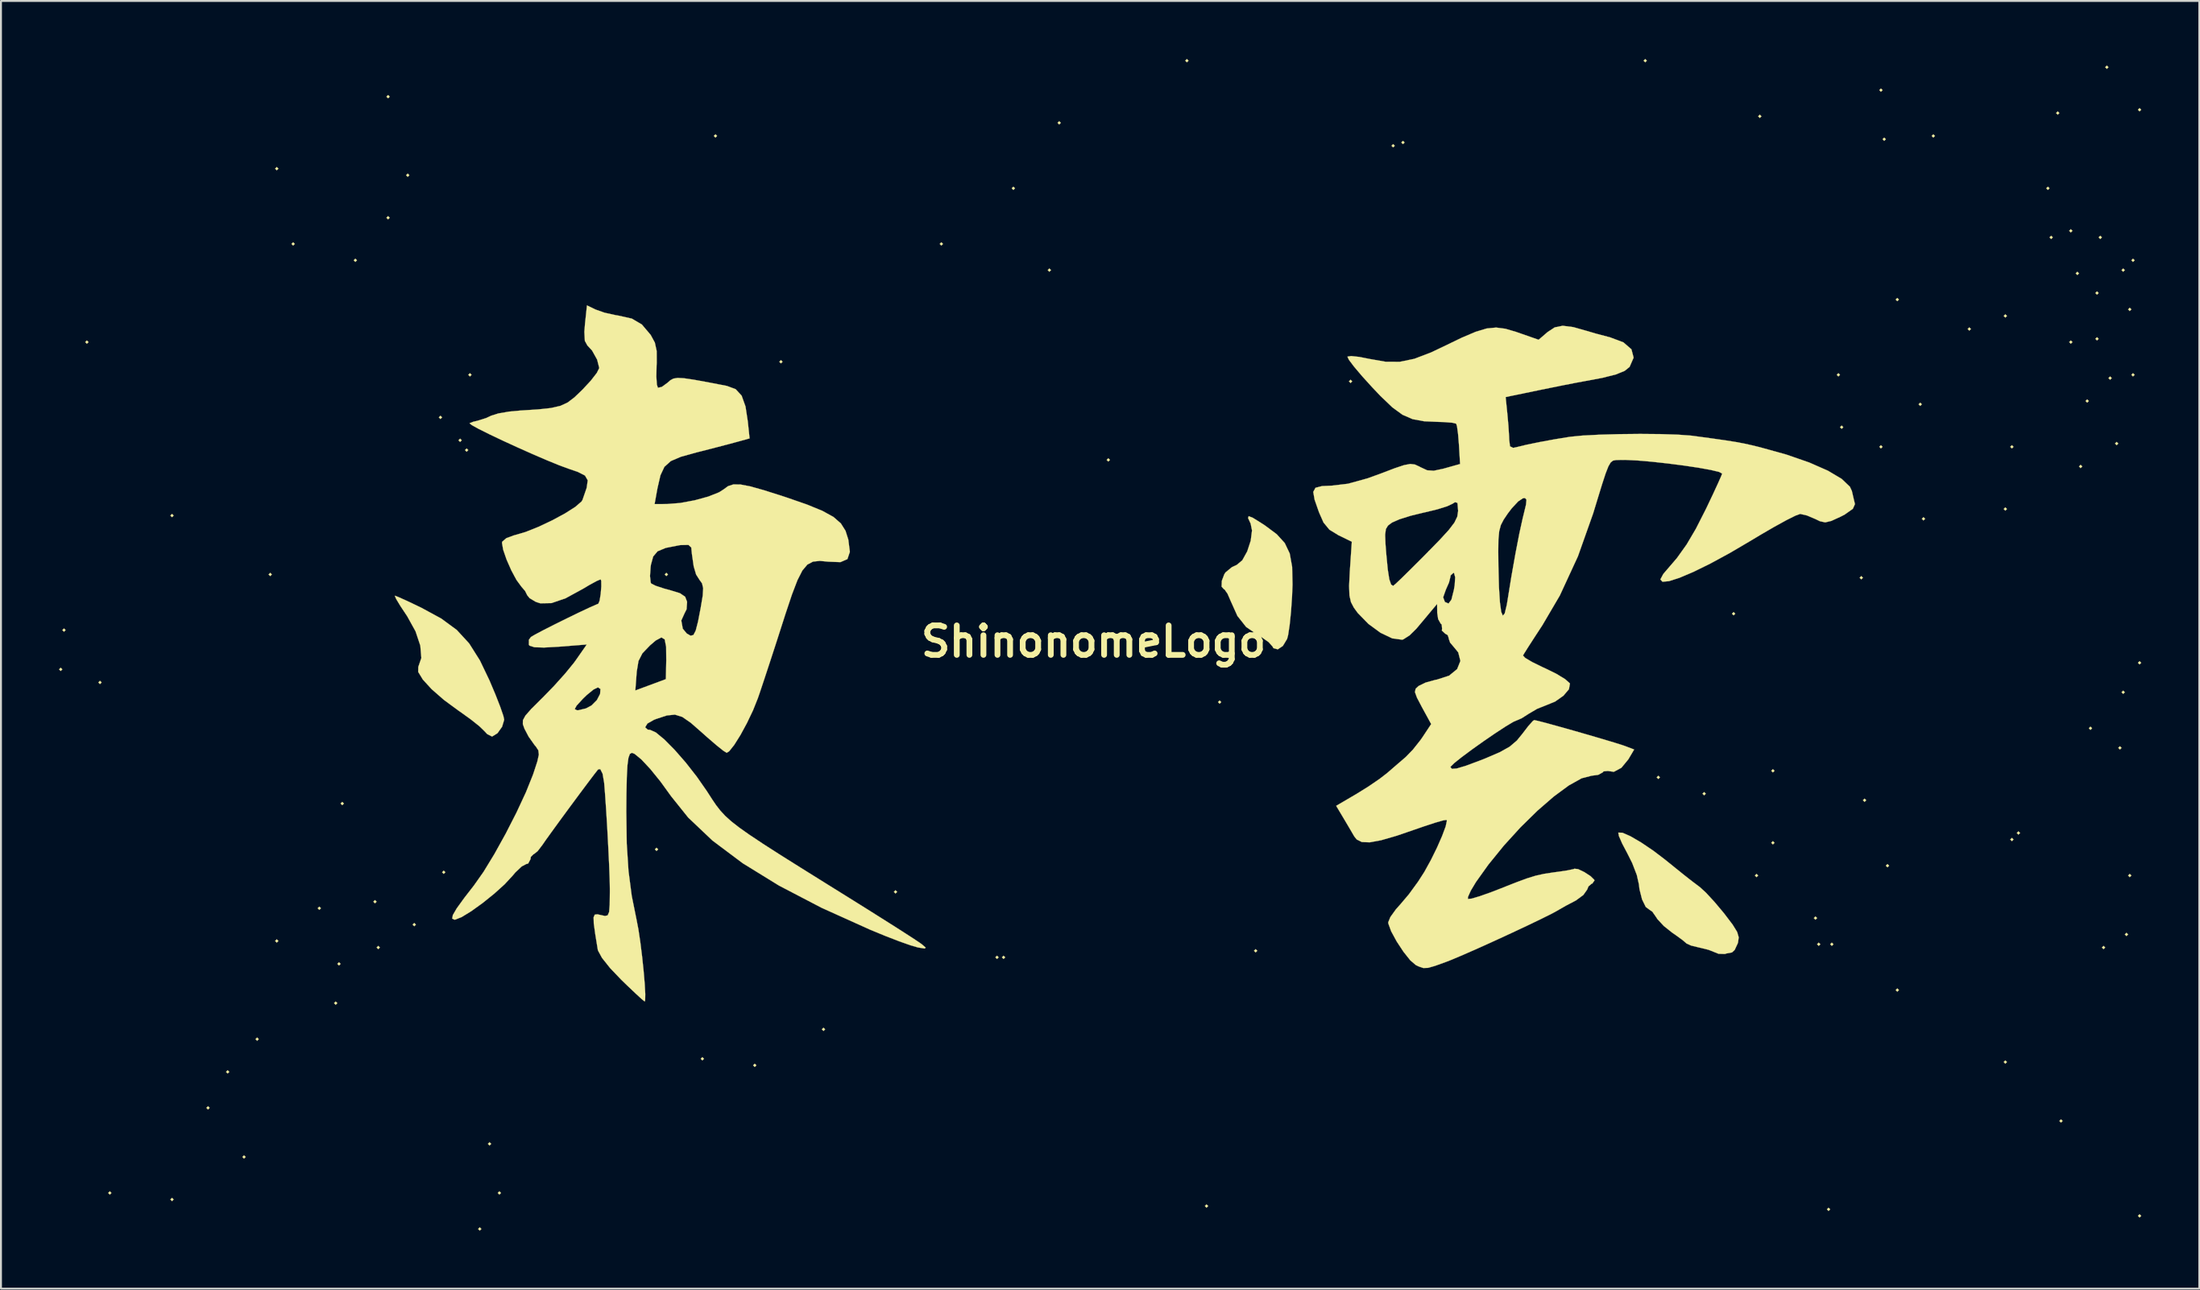
<source format=kicad_pcb>
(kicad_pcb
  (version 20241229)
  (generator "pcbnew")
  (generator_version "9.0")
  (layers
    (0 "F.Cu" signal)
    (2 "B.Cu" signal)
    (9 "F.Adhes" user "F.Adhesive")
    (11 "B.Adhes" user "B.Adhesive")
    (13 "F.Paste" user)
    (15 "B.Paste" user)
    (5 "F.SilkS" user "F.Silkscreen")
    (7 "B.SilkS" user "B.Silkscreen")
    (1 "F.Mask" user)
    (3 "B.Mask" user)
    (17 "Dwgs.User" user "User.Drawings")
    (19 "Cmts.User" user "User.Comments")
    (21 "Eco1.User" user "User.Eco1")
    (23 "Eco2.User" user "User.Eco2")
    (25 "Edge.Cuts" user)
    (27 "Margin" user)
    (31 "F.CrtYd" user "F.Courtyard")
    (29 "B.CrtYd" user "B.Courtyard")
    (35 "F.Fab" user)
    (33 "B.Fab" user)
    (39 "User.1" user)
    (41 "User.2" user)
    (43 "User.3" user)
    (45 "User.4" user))
  (footprint "ShinonomeLogo"
    (layer "F.Cu")
    (at 53.514 30.146)
    (property "Reference" "ShinonomeLogo" (at 0 0 0) (layer "F.SilkS") (effects (font (size 1.524 1.524) (thickness 0.3))))
    (attr through_hole)
    (fp_poly (pts (xy -53.34 1.439) (xy -53.425 1.524) (xy -53.509 1.439) (xy -53.425 1.355) (xy -53.34 1.439)) (stroke (width 0.01) (type solid)) (fill yes) (layer "F.SilkS"))
    (fp_poly (pts (xy -53.171 -0.593) (xy -53.255 -0.508) (xy -53.34 -0.593) (xy -53.255 -0.677) (xy -53.171 -0.593)) (stroke (width 0.01) (type solid)) (fill yes) (layer "F.SilkS"))
    (fp_poly (pts (xy -51.985 -15.494) (xy -52.07 -15.409) (xy -52.155 -15.494) (xy -52.07 -15.579) (xy -51.985 -15.494)) (stroke (width 0.01) (type solid)) (fill yes) (layer "F.SilkS"))
    (fp_poly (pts (xy -51.308 2.117) (xy -51.393 2.201) (xy -51.477 2.117) (xy -51.393 2.032) (xy -51.308 2.117)) (stroke (width 0.01) (type solid)) (fill yes) (layer "F.SilkS"))
    (fp_poly (pts (xy -50.8 28.533) (xy -50.885 28.617) (xy -50.969 28.533) (xy -50.885 28.448) (xy -50.8 28.533)) (stroke (width 0.01) (type solid)) (fill yes) (layer "F.SilkS"))
    (fp_poly (pts (xy -47.583 -6.519) (xy -47.667 -6.435) (xy -47.752 -6.519) (xy -47.667 -6.604) (xy -47.583 -6.519)) (stroke (width 0.01) (type solid)) (fill yes) (layer "F.SilkS"))
    (fp_poly (pts (xy -47.583 28.871) (xy -47.667 28.956) (xy -47.752 28.871) (xy -47.667 28.787) (xy -47.583 28.871)) (stroke (width 0.01) (type solid)) (fill yes) (layer "F.SilkS"))
    (fp_poly (pts (xy -45.72 24.13) (xy -45.805 24.215) (xy -45.889 24.13) (xy -45.805 24.045) (xy -45.72 24.13)) (stroke (width 0.01) (type solid)) (fill yes) (layer "F.SilkS"))
    (fp_poly (pts (xy -44.704 22.267) (xy -44.789 22.352) (xy -44.873 22.267) (xy -44.789 22.183) (xy -44.704 22.267)) (stroke (width 0.01) (type solid)) (fill yes) (layer "F.SilkS"))
    (fp_poly (pts (xy -43.857 26.67) (xy -43.942 26.755) (xy -44.027 26.67) (xy -43.942 26.585) (xy -43.857 26.67)) (stroke (width 0.01) (type solid)) (fill yes) (layer "F.SilkS"))
    (fp_poly (pts (xy -43.18 20.574) (xy -43.265 20.659) (xy -43.349 20.574) (xy -43.265 20.489) (xy -43.18 20.574)) (stroke (width 0.01) (type solid)) (fill yes) (layer "F.SilkS"))
    (fp_poly (pts (xy -42.503 -3.471) (xy -42.587 -3.387) (xy -42.672 -3.471) (xy -42.587 -3.556) (xy -42.503 -3.471)) (stroke (width 0.01) (type solid)) (fill yes) (layer "F.SilkS"))
    (fp_poly (pts (xy -42.164 -24.469) (xy -42.249 -24.384) (xy -42.333 -24.469) (xy -42.249 -24.553) (xy -42.164 -24.469)) (stroke (width 0.01) (type solid)) (fill yes) (layer "F.SilkS"))
    (fp_poly (pts (xy -42.164 15.494) (xy -42.249 15.579) (xy -42.333 15.494) (xy -42.249 15.409) (xy -42.164 15.494)) (stroke (width 0.01) (type solid)) (fill yes) (layer "F.SilkS"))
    (fp_poly (pts (xy -41.317 -20.574) (xy -41.402 -20.489) (xy -41.487 -20.574) (xy -41.402 -20.659) (xy -41.317 -20.574)) (stroke (width 0.01) (type solid)) (fill yes) (layer "F.SilkS"))
    (fp_poly (pts (xy -39.963 13.801) (xy -40.047 13.885) (xy -40.132 13.801) (xy -40.047 13.716) (xy -39.963 13.801)) (stroke (width 0.01) (type solid)) (fill yes) (layer "F.SilkS"))
    (fp_poly (pts (xy -39.116 18.711) (xy -39.201 18.796) (xy -39.285 18.711) (xy -39.201 18.627) (xy -39.116 18.711)) (stroke (width 0.01) (type solid)) (fill yes) (layer "F.SilkS"))
    (fp_poly (pts (xy -38.947 16.679) (xy -39.031 16.764) (xy -39.116 16.679) (xy -39.031 16.595) (xy -38.947 16.679)) (stroke (width 0.01) (type solid)) (fill yes) (layer "F.SilkS"))
    (fp_poly (pts (xy -38.777 8.382) (xy -38.862 8.467) (xy -38.947 8.382) (xy -38.862 8.297) (xy -38.777 8.382)) (stroke (width 0.01) (type solid)) (fill yes) (layer "F.SilkS"))
    (fp_poly (pts (xy -38.1 -19.727) (xy -38.185 -19.643) (xy -38.269 -19.727) (xy -38.185 -19.812) (xy -38.1 -19.727)) (stroke (width 0.01) (type solid)) (fill yes) (layer "F.SilkS"))
    (fp_poly (pts (xy -37.084 13.462) (xy -37.169 13.547) (xy -37.253 13.462) (xy -37.169 13.377) (xy -37.084 13.462)) (stroke (width 0.01) (type solid)) (fill yes) (layer "F.SilkS"))
    (fp_poly (pts (xy -36.915 15.833) (xy -36.999 15.917) (xy -37.084 15.833) (xy -36.999 15.748) (xy -36.915 15.833)) (stroke (width 0.01) (type solid)) (fill yes) (layer "F.SilkS"))
    (fp_poly (pts (xy -36.407 -28.194) (xy -36.491 -28.109) (xy -36.576 -28.194) (xy -36.491 -28.279) (xy -36.407 -28.194)) (stroke (width 0.01) (type solid)) (fill yes) (layer "F.SilkS"))
    (fp_poly (pts (xy -36.407 -21.929) (xy -36.491 -21.844) (xy -36.576 -21.929) (xy -36.491 -22.013) (xy -36.407 -21.929)) (stroke (width 0.01) (type solid)) (fill yes) (layer "F.SilkS"))
    (fp_poly (pts (xy -35.391 -24.13) (xy -35.475 -24.045) (xy -35.56 -24.13) (xy -35.475 -24.215) (xy -35.391 -24.13)) (stroke (width 0.01) (type solid)) (fill yes) (layer "F.SilkS"))
    (fp_poly (pts (xy -35.052 14.647) (xy -35.137 14.732) (xy -35.221 14.647) (xy -35.137 14.563) (xy -35.052 14.647)) (stroke (width 0.01) (type solid)) (fill yes) (layer "F.SilkS"))
    (fp_poly (pts (xy -33.697 -11.599) (xy -33.782 -11.515) (xy -33.867 -11.599) (xy -33.782 -11.684) (xy -33.697 -11.599)) (stroke (width 0.01) (type solid)) (fill yes) (layer "F.SilkS"))
    (fp_poly (pts (xy -33.528 11.938) (xy -33.613 12.023) (xy -33.697 11.938) (xy -33.613 11.853) (xy -33.528 11.938)) (stroke (width 0.01) (type solid)) (fill yes) (layer "F.SilkS"))
    (fp_poly (pts (xy -32.681 -10.414) (xy -32.766 -10.329) (xy -32.851 -10.414) (xy -32.766 -10.499) (xy -32.681 -10.414)) (stroke (width 0.01) (type solid)) (fill yes) (layer "F.SilkS"))
    (fp_poly (pts (xy -32.343 -9.906) (xy -32.427 -9.821) (xy -32.512 -9.906) (xy -32.427 -9.991) (xy -32.343 -9.906)) (stroke (width 0.01) (type solid)) (fill yes) (layer "F.SilkS"))
    (fp_poly (pts (xy -32.173 -13.801) (xy -32.258 -13.716) (xy -32.343 -13.801) (xy -32.258 -13.885) (xy -32.173 -13.801)) (stroke (width 0.01) (type solid)) (fill yes) (layer "F.SilkS"))
    (fp_poly (pts (xy -31.665 30.395) (xy -31.75 30.48) (xy -31.835 30.395) (xy -31.75 30.311) (xy -31.665 30.395)) (stroke (width 0.01) (type solid)) (fill yes) (layer "F.SilkS"))
    (fp_poly (pts (xy -31.157 25.993) (xy -31.242 26.077) (xy -31.327 25.993) (xy -31.242 25.908) (xy -31.157 25.993)) (stroke (width 0.01) (type solid)) (fill yes) (layer "F.SilkS"))
    (fp_poly (pts (xy -30.649 28.533) (xy -30.734 28.617) (xy -30.819 28.533) (xy -30.734 28.448) (xy -30.649 28.533)) (stroke (width 0.01) (type solid)) (fill yes) (layer "F.SilkS"))
    (fp_poly (pts (xy -22.521 10.753) (xy -22.606 10.837) (xy -22.691 10.753) (xy -22.606 10.668) (xy -22.521 10.753)) (stroke (width 0.01) (type solid)) (fill yes) (layer "F.SilkS"))
    (fp_poly (pts (xy -22.013 -3.471) (xy -22.098 -3.387) (xy -22.183 -3.471) (xy -22.098 -3.556) (xy -22.013 -3.471)) (stroke (width 0.01) (type solid)) (fill yes) (layer "F.SilkS"))
    (fp_poly (pts (xy -20.151 21.59) (xy -20.235 21.675) (xy -20.32 21.59) (xy -20.235 21.505) (xy -20.151 21.59)) (stroke (width 0.01) (type solid)) (fill yes) (layer "F.SilkS"))
    (fp_poly (pts (xy -19.473 -26.162) (xy -19.558 -26.077) (xy -19.643 -26.162) (xy -19.558 -26.247) (xy -19.473 -26.162)) (stroke (width 0.01) (type solid)) (fill yes) (layer "F.SilkS"))
    (fp_poly (pts (xy -17.441 21.929) (xy -17.526 22.013) (xy -17.611 21.929) (xy -17.526 21.844) (xy -17.441 21.929)) (stroke (width 0.01) (type solid)) (fill yes) (layer "F.SilkS"))
    (fp_poly (pts (xy -16.087 -14.478) (xy -16.171 -14.393) (xy -16.256 -14.478) (xy -16.171 -14.563) (xy -16.087 -14.478)) (stroke (width 0.01) (type solid)) (fill yes) (layer "F.SilkS"))
    (fp_poly (pts (xy -13.885 20.066) (xy -13.97 20.151) (xy -14.055 20.066) (xy -13.97 19.981) (xy -13.885 20.066)) (stroke (width 0.01) (type solid)) (fill yes) (layer "F.SilkS"))
    (fp_poly (pts (xy -10.16 12.954) (xy -10.245 13.039) (xy -10.329 12.954) (xy -10.245 12.869) (xy -10.16 12.954)) (stroke (width 0.01) (type solid)) (fill yes) (layer "F.SilkS"))
    (fp_poly (pts (xy -7.789 -20.574) (xy -7.874 -20.489) (xy -7.959 -20.574) (xy -7.874 -20.659) (xy -7.789 -20.574)) (stroke (width 0.01) (type solid)) (fill yes) (layer "F.SilkS"))
    (fp_poly (pts (xy -4.911 16.341) (xy -4.995 16.425) (xy -5.08 16.341) (xy -4.995 16.256) (xy -4.911 16.341)) (stroke (width 0.01) (type solid)) (fill yes) (layer "F.SilkS"))
    (fp_poly (pts (xy -4.572 16.341) (xy -4.657 16.425) (xy -4.741 16.341) (xy -4.657 16.256) (xy -4.572 16.341)) (stroke (width 0.01) (type solid)) (fill yes) (layer "F.SilkS"))
    (fp_poly (pts (xy -4.064 -23.453) (xy -4.149 -23.368) (xy -4.233 -23.453) (xy -4.149 -23.537) (xy -4.064 -23.453)) (stroke (width 0.01) (type solid)) (fill yes) (layer "F.SilkS"))
    (fp_poly (pts (xy -2.201 -19.219) (xy -2.286 -19.135) (xy -2.371 -19.219) (xy -2.286 -19.304) (xy -2.201 -19.219)) (stroke (width 0.01) (type solid)) (fill yes) (layer "F.SilkS"))
    (fp_poly (pts (xy -1.693 -26.839) (xy -1.778 -26.755) (xy -1.863 -26.839) (xy -1.778 -26.924) (xy -1.693 -26.839)) (stroke (width 0.01) (type solid)) (fill yes) (layer "F.SilkS"))
    (fp_poly (pts (xy 0.847 -9.398) (xy 0.762 -9.313) (xy 0.677 -9.398) (xy 0.762 -9.483) (xy 0.847 -9.398)) (stroke (width 0.01) (type solid)) (fill yes) (layer "F.SilkS"))
    (fp_poly (pts (xy 4.911 -30.057) (xy 4.826 -29.972) (xy 4.741 -30.057) (xy 4.826 -30.141) (xy 4.911 -30.057)) (stroke (width 0.01) (type solid)) (fill yes) (layer "F.SilkS"))
    (fp_poly (pts (xy 5.927 29.21) (xy 5.842 29.295) (xy 5.757 29.21) (xy 5.842 29.125) (xy 5.927 29.21)) (stroke (width 0.01) (type solid)) (fill yes) (layer "F.SilkS"))
    (fp_poly (pts (xy 6.604 3.133) (xy 6.519 3.217) (xy 6.435 3.133) (xy 6.519 3.048) (xy 6.604 3.133)) (stroke (width 0.01) (type solid)) (fill yes) (layer "F.SilkS"))
    (fp_poly (pts (xy 8.467 16.002) (xy 8.382 16.087) (xy 8.297 16.002) (xy 8.382 15.917) (xy 8.467 16.002)) (stroke (width 0.01) (type solid)) (fill yes) (layer "F.SilkS"))
    (fp_poly (pts (xy 13.377 -13.462) (xy 13.293 -13.377) (xy 13.208 -13.462) (xy 13.293 -13.547) (xy 13.377 -13.462)) (stroke (width 0.01) (type solid)) (fill yes) (layer "F.SilkS"))
    (fp_poly (pts (xy 15.579 -25.654) (xy 15.494 -25.569) (xy 15.409 -25.654) (xy 15.494 -25.739) (xy 15.579 -25.654)) (stroke (width 0.01) (type solid)) (fill yes) (layer "F.SilkS"))
    (fp_poly (pts (xy 16.087 -25.823) (xy 16.002 -25.739) (xy 15.917 -25.823) (xy 16.002 -25.908) (xy 16.087 -25.823)) (stroke (width 0.01) (type solid)) (fill yes) (layer "F.SilkS"))
    (fp_poly (pts (xy 28.617 -30.057) (xy 28.533 -29.972) (xy 28.448 -30.057) (xy 28.533 -30.141) (xy 28.617 -30.057)) (stroke (width 0.01) (type solid)) (fill yes) (layer "F.SilkS"))
    (fp_poly (pts (xy 29.295 7.027) (xy 29.21 7.112) (xy 29.125 7.027) (xy 29.21 6.943) (xy 29.295 7.027)) (stroke (width 0.01) (type solid)) (fill yes) (layer "F.SilkS"))
    (fp_poly (pts (xy 31.665 7.874) (xy 31.581 7.959) (xy 31.496 7.874) (xy 31.581 7.789) (xy 31.665 7.874)) (stroke (width 0.01) (type solid)) (fill yes) (layer "F.SilkS"))
    (fp_poly (pts (xy 33.189 -1.439) (xy 33.105 -1.355) (xy 33.02 -1.439) (xy 33.105 -1.524) (xy 33.189 -1.439)) (stroke (width 0.01) (type solid)) (fill yes) (layer "F.SilkS"))
    (fp_poly (pts (xy 34.375 12.107) (xy 34.29 12.192) (xy 34.205 12.107) (xy 34.29 12.023) (xy 34.375 12.107)) (stroke (width 0.01) (type solid)) (fill yes) (layer "F.SilkS"))
    (fp_poly (pts (xy 34.544 -27.178) (xy 34.459 -27.093) (xy 34.375 -27.178) (xy 34.459 -27.263) (xy 34.544 -27.178)) (stroke (width 0.01) (type solid)) (fill yes) (layer "F.SilkS"))
    (fp_poly (pts (xy 35.221 6.689) (xy 35.137 6.773) (xy 35.052 6.689) (xy 35.137 6.604) (xy 35.221 6.689)) (stroke (width 0.01) (type solid)) (fill yes) (layer "F.SilkS"))
    (fp_poly (pts (xy 35.221 10.414) (xy 35.137 10.499) (xy 35.052 10.414) (xy 35.137 10.329) (xy 35.221 10.414)) (stroke (width 0.01) (type solid)) (fill yes) (layer "F.SilkS"))
    (fp_poly (pts (xy 37.423 14.309) (xy 37.338 14.393) (xy 37.253 14.309) (xy 37.338 14.224) (xy 37.423 14.309)) (stroke (width 0.01) (type solid)) (fill yes) (layer "F.SilkS"))
    (fp_poly (pts (xy 37.592 15.663) (xy 37.507 15.748) (xy 37.423 15.663) (xy 37.507 15.579) (xy 37.592 15.663)) (stroke (width 0.01) (type solid)) (fill yes) (layer "F.SilkS"))
    (fp_poly (pts (xy 38.1 29.379) (xy 38.015 29.464) (xy 37.931 29.379) (xy 38.015 29.295) (xy 38.1 29.379)) (stroke (width 0.01) (type solid)) (fill yes) (layer "F.SilkS"))
    (fp_poly (pts (xy 38.269 15.663) (xy 38.185 15.748) (xy 38.1 15.663) (xy 38.185 15.579) (xy 38.269 15.663)) (stroke (width 0.01) (type solid)) (fill yes) (layer "F.SilkS"))
    (fp_poly (pts (xy 38.608 -13.801) (xy 38.523 -13.716) (xy 38.439 -13.801) (xy 38.523 -13.885) (xy 38.608 -13.801)) (stroke (width 0.01) (type solid)) (fill yes) (layer "F.SilkS"))
    (fp_poly (pts (xy 38.777 -11.091) (xy 38.693 -11.007) (xy 38.608 -11.091) (xy 38.693 -11.176) (xy 38.777 -11.091)) (stroke (width 0.01) (type solid)) (fill yes) (layer "F.SilkS"))
    (fp_poly (pts (xy 39.793 -3.302) (xy 39.709 -3.217) (xy 39.624 -3.302) (xy 39.709 -3.387) (xy 39.793 -3.302)) (stroke (width 0.01) (type solid)) (fill yes) (layer "F.SilkS"))
    (fp_poly (pts (xy 39.963 8.213) (xy 39.878 8.297) (xy 39.793 8.213) (xy 39.878 8.128) (xy 39.963 8.213)) (stroke (width 0.01) (type solid)) (fill yes) (layer "F.SilkS"))
    (fp_poly (pts (xy 40.809 -28.533) (xy 40.725 -28.448) (xy 40.64 -28.533) (xy 40.725 -28.617) (xy 40.809 -28.533)) (stroke (width 0.01) (type solid)) (fill yes) (layer "F.SilkS"))
    (fp_poly (pts (xy 40.809 -10.075) (xy 40.725 -9.991) (xy 40.64 -10.075) (xy 40.725 -10.16) (xy 40.809 -10.075)) (stroke (width 0.01) (type solid)) (fill yes) (layer "F.SilkS"))
    (fp_poly (pts (xy 40.979 -25.993) (xy 40.894 -25.908) (xy 40.809 -25.993) (xy 40.894 -26.077) (xy 40.979 -25.993)) (stroke (width 0.01) (type solid)) (fill yes) (layer "F.SilkS"))
    (fp_poly (pts (xy 41.148 11.599) (xy 41.063 11.684) (xy 40.979 11.599) (xy 41.063 11.515) (xy 41.148 11.599)) (stroke (width 0.01) (type solid)) (fill yes) (layer "F.SilkS"))
    (fp_poly (pts (xy 41.656 -17.695) (xy 41.571 -17.611) (xy 41.487 -17.695) (xy 41.571 -17.78) (xy 41.656 -17.695)) (stroke (width 0.01) (type solid)) (fill yes) (layer "F.SilkS"))
    (fp_poly (pts (xy 41.656 18.034) (xy 41.571 18.119) (xy 41.487 18.034) (xy 41.571 17.949) (xy 41.656 18.034)) (stroke (width 0.01) (type solid)) (fill yes) (layer "F.SilkS"))
    (fp_poly (pts (xy 42.841 -12.277) (xy 42.757 -12.192) (xy 42.672 -12.277) (xy 42.757 -12.361) (xy 42.841 -12.277)) (stroke (width 0.01) (type solid)) (fill yes) (layer "F.SilkS"))
    (fp_poly (pts (xy 43.011 -6.35) (xy 42.926 -6.265) (xy 42.841 -6.35) (xy 42.926 -6.435) (xy 43.011 -6.35)) (stroke (width 0.01) (type solid)) (fill yes) (layer "F.SilkS"))
    (fp_poly (pts (xy 43.519 -26.162) (xy 43.434 -26.077) (xy 43.349 -26.162) (xy 43.434 -26.247) (xy 43.519 -26.162)) (stroke (width 0.01) (type solid)) (fill yes) (layer "F.SilkS"))
    (fp_poly (pts (xy 45.381 -16.171) (xy 45.297 -16.087) (xy 45.212 -16.171) (xy 45.297 -16.256) (xy 45.381 -16.171)) (stroke (width 0.01) (type solid)) (fill yes) (layer "F.SilkS"))
    (fp_poly (pts (xy 47.244 -16.849) (xy 47.159 -16.764) (xy 47.075 -16.849) (xy 47.159 -16.933) (xy 47.244 -16.849)) (stroke (width 0.01) (type solid)) (fill yes) (layer "F.SilkS"))
    (fp_poly (pts (xy 47.244 -6.858) (xy 47.159 -6.773) (xy 47.075 -6.858) (xy 47.159 -6.943) (xy 47.244 -6.858)) (stroke (width 0.01) (type solid)) (fill yes) (layer "F.SilkS"))
    (fp_poly (pts (xy 47.244 21.759) (xy 47.159 21.844) (xy 47.075 21.759) (xy 47.159 21.675) (xy 47.244 21.759)) (stroke (width 0.01) (type solid)) (fill yes) (layer "F.SilkS"))
    (fp_poly (pts (xy 47.583 -10.075) (xy 47.498 -9.991) (xy 47.413 -10.075) (xy 47.498 -10.16) (xy 47.583 -10.075)) (stroke (width 0.01) (type solid)) (fill yes) (layer "F.SilkS"))
    (fp_poly (pts (xy 47.583 10.245) (xy 47.498 10.329) (xy 47.413 10.245) (xy 47.498 10.16) (xy 47.583 10.245)) (stroke (width 0.01) (type solid)) (fill yes) (layer "F.SilkS"))
    (fp_poly (pts (xy 47.921 9.906) (xy 47.837 9.991) (xy 47.752 9.906) (xy 47.837 9.821) (xy 47.921 9.906)) (stroke (width 0.01) (type solid)) (fill yes) (layer "F.SilkS"))
    (fp_poly (pts (xy 49.445 -23.453) (xy 49.361 -23.368) (xy 49.276 -23.453) (xy 49.361 -23.537) (xy 49.445 -23.453)) (stroke (width 0.01) (type solid)) (fill yes) (layer "F.SilkS"))
    (fp_poly (pts (xy 49.615 -20.913) (xy 49.53 -20.828) (xy 49.445 -20.913) (xy 49.53 -20.997) (xy 49.615 -20.913)) (stroke (width 0.01) (type solid)) (fill yes) (layer "F.SilkS"))
    (fp_poly (pts (xy 49.953 -27.347) (xy 49.869 -27.263) (xy 49.784 -27.347) (xy 49.869 -27.432) (xy 49.953 -27.347)) (stroke (width 0.01) (type solid)) (fill yes) (layer "F.SilkS"))
    (fp_poly (pts (xy 50.123 24.807) (xy 50.038 24.892) (xy 49.953 24.807) (xy 50.038 24.723) (xy 50.123 24.807)) (stroke (width 0.01) (type solid)) (fill yes) (layer "F.SilkS"))
    (fp_poly (pts (xy 50.631 -21.251) (xy 50.546 -21.167) (xy 50.461 -21.251) (xy 50.546 -21.336) (xy 50.631 -21.251)) (stroke (width 0.01) (type solid)) (fill yes) (layer "F.SilkS"))
    (fp_poly (pts (xy 50.631 -15.494) (xy 50.546 -15.409) (xy 50.461 -15.494) (xy 50.546 -15.579) (xy 50.631 -15.494)) (stroke (width 0.01) (type solid)) (fill yes) (layer "F.SilkS"))
    (fp_poly (pts (xy 50.969 -19.05) (xy 50.885 -18.965) (xy 50.8 -19.05) (xy 50.885 -19.135) (xy 50.969 -19.05)) (stroke (width 0.01) (type solid)) (fill yes) (layer "F.SilkS"))
    (fp_poly (pts (xy 51.139 -9.059) (xy 51.054 -8.975) (xy 50.969 -9.059) (xy 51.054 -9.144) (xy 51.139 -9.059)) (stroke (width 0.01) (type solid)) (fill yes) (layer "F.SilkS"))
    (fp_poly (pts (xy 51.477 -12.446) (xy 51.393 -12.361) (xy 51.308 -12.446) (xy 51.393 -12.531) (xy 51.477 -12.446)) (stroke (width 0.01) (type solid)) (fill yes) (layer "F.SilkS"))
    (fp_poly (pts (xy 51.647 4.487) (xy 51.562 4.572) (xy 51.477 4.487) (xy 51.562 4.403) (xy 51.647 4.487)) (stroke (width 0.01) (type solid)) (fill yes) (layer "F.SilkS"))
    (fp_poly (pts (xy 51.985 -18.034) (xy 51.901 -17.949) (xy 51.816 -18.034) (xy 51.901 -18.119) (xy 51.985 -18.034)) (stroke (width 0.01) (type solid)) (fill yes) (layer "F.SilkS"))
    (fp_poly (pts (xy 51.985 -15.663) (xy 51.901 -15.579) (xy 51.816 -15.663) (xy 51.901 -15.748) (xy 51.985 -15.663)) (stroke (width 0.01) (type solid)) (fill yes) (layer "F.SilkS"))
    (fp_poly (pts (xy 52.155 -20.913) (xy 52.07 -20.828) (xy 51.985 -20.913) (xy 52.07 -20.997) (xy 52.155 -20.913)) (stroke (width 0.01) (type solid)) (fill yes) (layer "F.SilkS"))
    (fp_poly (pts (xy 52.324 15.833) (xy 52.239 15.917) (xy 52.155 15.833) (xy 52.239 15.748) (xy 52.324 15.833)) (stroke (width 0.01) (type solid)) (fill yes) (layer "F.SilkS"))
    (fp_poly (pts (xy 52.493 -29.718) (xy 52.409 -29.633) (xy 52.324 -29.718) (xy 52.409 -29.803) (xy 52.493 -29.718)) (stroke (width 0.01) (type solid)) (fill yes) (layer "F.SilkS"))
    (fp_poly (pts (xy 52.663 -13.631) (xy 52.578 -13.547) (xy 52.493 -13.631) (xy 52.578 -13.716) (xy 52.663 -13.631)) (stroke (width 0.01) (type solid)) (fill yes) (layer "F.SilkS"))
    (fp_poly (pts (xy 53.001 -10.245) (xy 52.917 -10.16) (xy 52.832 -10.245) (xy 52.917 -10.329) (xy 53.001 -10.245)) (stroke (width 0.01) (type solid)) (fill yes) (layer "F.SilkS"))
    (fp_poly (pts (xy 53.171 5.503) (xy 53.086 5.588) (xy 53.001 5.503) (xy 53.086 5.419) (xy 53.171 5.503)) (stroke (width 0.01) (type solid)) (fill yes) (layer "F.SilkS"))
    (fp_poly (pts (xy 53.34 -19.219) (xy 53.255 -19.135) (xy 53.171 -19.219) (xy 53.255 -19.304) (xy 53.34 -19.219)) (stroke (width 0.01) (type solid)) (fill yes) (layer "F.SilkS"))
    (fp_poly (pts (xy 53.34 2.625) (xy 53.255 2.709) (xy 53.171 2.625) (xy 53.255 2.54) (xy 53.34 2.625)) (stroke (width 0.01) (type solid)) (fill yes) (layer "F.SilkS"))
    (fp_poly (pts (xy 53.509 15.155) (xy 53.425 15.24) (xy 53.34 15.155) (xy 53.425 15.071) (xy 53.509 15.155)) (stroke (width 0.01) (type solid)) (fill yes) (layer "F.SilkS"))
    (fp_poly (pts (xy 53.679 -17.187) (xy 53.594 -17.103) (xy 53.509 -17.187) (xy 53.594 -17.272) (xy 53.679 -17.187)) (stroke (width 0.01) (type solid)) (fill yes) (layer "F.SilkS"))
    (fp_poly (pts (xy 53.679 12.107) (xy 53.594 12.192) (xy 53.509 12.107) (xy 53.594 12.023) (xy 53.679 12.107)) (stroke (width 0.01) (type solid)) (fill yes) (layer "F.SilkS"))
    (fp_poly (pts (xy 53.848 -19.727) (xy 53.763 -19.643) (xy 53.679 -19.727) (xy 53.763 -19.812) (xy 53.848 -19.727)) (stroke (width 0.01) (type solid)) (fill yes) (layer "F.SilkS"))
    (fp_poly (pts (xy 53.848 -13.801) (xy 53.763 -13.716) (xy 53.679 -13.801) (xy 53.763 -13.885) (xy 53.848 -13.801)) (stroke (width 0.01) (type solid)) (fill yes) (layer "F.SilkS"))
    (fp_poly (pts (xy 54.187 -27.517) (xy 54.102 -27.432) (xy 54.017 -27.517) (xy 54.102 -27.601) (xy 54.187 -27.517)) (stroke (width 0.01) (type solid)) (fill yes) (layer "F.SilkS"))
    (fp_poly (pts (xy 54.187 1.101) (xy 54.102 1.185) (xy 54.017 1.101) (xy 54.102 1.016) (xy 54.187 1.101)) (stroke (width 0.01) (type solid)) (fill yes) (layer "F.SilkS"))
    (fp_poly (pts (xy 54.187 29.718) (xy 54.102 29.803) (xy 54.017 29.718) (xy 54.102 29.633) (xy 54.187 29.718)) (stroke (width 0.01) (type solid)) (fill yes) (layer "F.SilkS"))
    (fp_poly (pts (xy -35.955 -2.301) (xy -35.544 -2.117) (xy -34.984 -1.851) (xy -34.772 -1.749) (xy -33.739 -1.188) (xy -32.939 -0.599) (xy -32.298 0.097) (xy -31.742 0.978) (xy -31.247 2.012) (xy -30.939 2.741) (xy -30.691 3.375) (xy -30.531 3.839) (xy -30.485 4.044) (xy -30.593 4.407) (xy -30.832 4.743) (xy -31.099 4.909) (xy -31.124 4.911) (xy -31.363 4.789) (xy -31.529 4.614) (xy -31.772 4.379) (xy -32.211 4.03) (xy -32.759 3.635) (xy -32.851 3.573) (xy -33.61 3.014) (xy -34.236 2.466) (xy -34.69 1.971) (xy -34.933 1.572) (xy -34.928 1.312) (xy -34.77 0.851) (xy -34.823 0.213) (xy -35.071 -0.53) (xy -35.499 -1.304) (xy -35.536 -1.36) (xy -35.86 -1.849) (xy -36.076 -2.208) (xy -36.143 -2.368) (xy -36.139 -2.371) (xy -35.955 -2.301)) (stroke (width 0.01) (type solid)) (fill yes) (layer "F.SilkS"))
    (fp_poly (pts (xy 8.241 -6.4) (xy 8.692 -6.119) (xy 8.869 -6.003) (xy 9.472 -5.554) (xy 9.889 -5.095) (xy 10.145 -4.556) (xy 10.27 -3.864) (xy 10.289 -2.95) (xy 10.266 -2.344) (xy 10.212 -1.556) (xy 10.141 -0.855) (xy 10.062 -0.336) (xy 10.011 -0.139) (xy 9.79 0.228) (xy 9.526 0.404) (xy 9.305 0.343) (xy 9.251 0.251) (xy 9.053 0.029) (xy 8.669 -0.24) (xy 8.517 -0.325) (xy 7.891 -0.754) (xy 7.44 -1.324) (xy 7.103 -2.074) (xy 6.928 -2.475) (xy 6.773 -2.695) (xy 6.739 -2.709) (xy 6.622 -2.84) (xy 6.634 -3.144) (xy 6.763 -3.485) (xy 6.822 -3.574) (xy 7.15 -3.846) (xy 7.405 -3.965) (xy 7.693 -4.206) (xy 7.947 -4.665) (xy 8.128 -5.219) (xy 8.195 -5.749) (xy 8.124 -6.103) (xy 7.992 -6.387) (xy 8.02 -6.487) (xy 8.241 -6.4)) (stroke (width 0.01) (type solid)) (fill yes) (layer "F.SilkS"))
    (fp_poly (pts (xy 27.356 9.894) (xy 27.772 10.077) (xy 28.327 10.401) (xy 28.96 10.829) (xy 29.561 11.287) (xy 30.132 11.749) (xy 30.516 12.058) (xy 30.791 12.275) (xy 31.032 12.461) (xy 31.318 12.676) (xy 31.354 12.702) (xy 31.678 13) (xy 32.116 13.474) (xy 32.58 14.027) (xy 32.637 14.099) (xy 33.056 14.651) (xy 33.288 15.027) (xy 33.369 15.305) (xy 33.334 15.565) (xy 33.316 15.623) (xy 33.161 15.956) (xy 33.02 16.087) (xy 32.742 16.138) (xy 32.653 16.167) (xy 32.324 16.157) (xy 32.159 16.09) (xy 31.809 15.951) (xy 31.333 15.834) (xy 31.317 15.831) (xy 30.905 15.731) (xy 30.664 15.621) (xy 30.654 15.61) (xy 30.469 15.45) (xy 30.107 15.187) (xy 29.936 15.07) (xy 29.496 14.721) (xy 29.163 14.361) (xy 29.103 14.268) (xy 28.902 13.979) (xy 28.764 13.885) (xy 28.56 13.733) (xy 28.37 13.344) (xy 28.237 12.818) (xy 28.206 12.559) (xy 28.098 12.079) (xy 27.861 11.464) (xy 27.607 10.957) (xy 27.339 10.448) (xy 27.172 10.063) (xy 27.141 9.886) (xy 27.356 9.894)) (stroke (width 0.01) (type solid)) (fill yes) (layer "F.SilkS"))
    (fp_poly (pts (xy -25.76 -17.179) (xy -25.297 -17.016) (xy -24.72 -16.888) (xy -24.603 -16.87) (xy -23.884 -16.71) (xy -23.366 -16.406) (xy -22.919 -15.879) (xy -22.902 -15.854) (xy -22.693 -15.469) (xy -22.599 -15.038) (xy -22.596 -14.43) (xy -22.604 -14.268) (xy -22.616 -13.705) (xy -22.588 -13.292) (xy -22.534 -13.131) (xy -22.332 -13.176) (xy -22.039 -13.39) (xy -21.888 -13.522) (xy -21.732 -13.606) (xy -21.515 -13.641) (xy -21.182 -13.623) (xy -20.68 -13.549) (xy -19.954 -13.417) (xy -18.965 -13.226) (xy -18.513 -13.058) (xy -18.204 -12.723) (xy -18.004 -12.164) (xy -17.886 -11.394) (xy -17.793 -10.511) (xy -18.422 -10.337) (xy -18.875 -10.215) (xy -19.538 -10.042) (xy -20.292 -9.848) (xy -20.557 -9.781) (xy -21.344 -9.562) (xy -21.867 -9.339) (xy -22.198 -9.042) (xy -22.404 -8.602) (xy -22.555 -7.948) (xy -22.592 -7.747) (xy -22.706 -7.112) (xy -22.063 -7.115) (xy -21.383 -7.169) (xy -20.633 -7.308) (xy -19.925 -7.502) (xy -19.368 -7.724) (xy -19.134 -7.874) (xy -18.904 -8.042) (xy -18.634 -8.129) (xy -18.271 -8.127) (xy -17.759 -8.029) (xy -17.046 -7.829) (xy -16.076 -7.52) (xy -15.917 -7.468) (xy -14.829 -7.091) (xy -14.024 -6.761) (xy -13.454 -6.446) (xy -13.072 -6.113) (xy -12.831 -5.731) (xy -12.686 -5.273) (xy -12.606 -4.642) (xy -12.732 -4.266) (xy -13.096 -4.108) (xy -13.712 -4.132) (xy -14.157 -4.173) (xy -14.511 -4.136) (xy -14.804 -3.983) (xy -15.063 -3.675) (xy -15.319 -3.172) (xy -15.6 -2.437) (xy -15.937 -1.43) (xy -16.082 -0.977) (xy -16.408 0.037) (xy -16.733 1.036) (xy -17.028 1.932) (xy -17.264 2.64) (xy -17.363 2.927) (xy -17.613 3.554) (xy -17.929 4.216) (xy -18.267 4.839) (xy -18.588 5.35) (xy -18.848 5.677) (xy -18.977 5.757) (xy -19.149 5.651) (xy -19.506 5.365) (xy -19.986 4.952) (xy -20.24 4.725) (xy -20.831 4.207) (xy -21.272 3.901) (xy -21.654 3.782) (xy -22.071 3.824) (xy -22.614 4.002) (xy -22.733 4.047) (xy -23.075 4.241) (xy -23.195 4.437) (xy -23.063 4.559) (xy -22.937 4.572) (xy -22.642 4.704) (xy -22.205 5.064) (xy -21.674 5.6) (xy -21.097 6.26) (xy -20.523 6.993) (xy -19.999 7.746) (xy -19.972 7.789) (xy -19.737 8.153) (xy -19.525 8.466) (xy -19.306 8.748) (xy -19.053 9.022) (xy -18.735 9.309) (xy -18.324 9.629) (xy -17.792 10.005) (xy -17.11 10.459) (xy -16.25 11.011) (xy -15.181 11.683) (xy -13.876 12.498) (xy -12.7 13.23) (xy -11.711 13.848) (xy -10.803 14.42) (xy -10.02 14.917) (xy -9.408 15.311) (xy -9.011 15.574) (xy -8.89 15.66) (xy -8.684 15.838) (xy -8.733 15.885) (xy -9.074 15.831) (xy -9.093 15.827) (xy -9.461 15.721) (xy -10.055 15.511) (xy -10.791 15.226) (xy -11.549 14.914) (xy -14.076 13.773) (xy -16.273 12.627) (xy -18.148 11.471) (xy -19.71 10.3) (xy -20.967 9.108) (xy -21.85 8.006) (xy -22.401 7.244) (xy -22.93 6.592) (xy -23.392 6.098) (xy -23.744 5.81) (xy -23.887 5.757) (xy -23.986 5.816) (xy -24.059 6.017) (xy -24.111 6.403) (xy -24.144 7.014) (xy -24.163 7.89) (xy -24.17 8.805) (xy -24.147 10.455) (xy -24.056 11.872) (xy -23.889 13.158) (xy -23.64 14.393) (xy -23.543 14.896) (xy -23.445 15.553) (xy -23.353 16.292) (xy -23.275 17.037) (xy -23.217 17.714) (xy -23.188 18.249) (xy -23.195 18.567) (xy -23.219 18.624) (xy -23.36 18.512) (xy -23.685 18.214) (xy -24.139 17.783) (xy -24.427 17.504) (xy -25.01 16.893) (xy -25.427 16.368) (xy -25.634 15.987) (xy -25.645 15.941) (xy -25.778 15.122) (xy -25.852 14.583) (xy -25.861 14.271) (xy -25.801 14.133) (xy -25.668 14.114) (xy -25.494 14.152) (xy -25.27 14.201) (xy -25.132 14.168) (xy -25.058 13.993) (xy -25.028 13.616) (xy -25.02 12.975) (xy -25.02 12.785) (xy -25.029 12.284) (xy -25.058 11.535) (xy -25.102 10.628) (xy -25.154 9.654) (xy -25.212 8.702) (xy -25.27 7.862) (xy -25.314 7.313) (xy -25.395 6.841) (xy -25.516 6.6) (xy -25.629 6.618) (xy -25.823 6.865) (xy -26.166 7.318) (xy -26.606 7.908) (xy -27.094 8.567) (xy -27.579 9.227) (xy -28.01 9.82) (xy -28.338 10.276) (xy -28.506 10.52) (xy -28.758 10.849) (xy -28.957 11.005) (xy -28.972 11.007) (xy -29.108 11.144) (xy -29.125 11.261) (xy -29.245 11.486) (xy -29.349 11.515) (xy -29.581 11.638) (xy -29.909 11.949) (xy -30.062 12.129) (xy -30.464 12.562) (xy -31.001 13.047) (xy -31.6 13.529) (xy -32.186 13.951) (xy -32.685 14.257) (xy -33.025 14.391) (xy -33.053 14.393) (xy -33.174 14.339) (xy -33.142 14.154) (xy -32.94 13.806) (xy -32.548 13.264) (xy -32.045 12.615) (xy -31.553 11.916) (xy -30.989 10.991) (xy -30.404 9.935) (xy -29.844 8.839) (xy -29.359 7.795) (xy -28.998 6.896) (xy -28.957 6.775) (xy -28.77 6.202) (xy -28.692 5.852) (xy -28.719 5.628) (xy -28.848 5.432) (xy -28.915 5.355) (xy -29.222 4.92) (xy -29.437 4.51) (xy -29.521 4.274) (xy -29.516 4.068) (xy -29.385 3.829) (xy -29.09 3.494) (xy -26.838 3.494) (xy -26.732 3.553) (xy -26.656 3.556) (xy -26.257 3.461) (xy -25.967 3.307) (xy -25.691 3.029) (xy -25.525 2.71) (xy -25.511 2.533) (xy -23.703 2.533) (xy -22.123 1.946) (xy -22.102 0.97) (xy -22.109 0.273) (xy -22.184 -0.112) (xy -22.354 -0.213) (xy -22.648 -0.054) (xy -22.941 0.197) (xy -23.336 0.608) (xy -23.539 1.006) (xy -23.629 1.552) (xy -23.637 1.653) (xy -23.703 2.533) (xy -25.511 2.533) (xy -25.506 2.457) (xy -25.637 2.371) (xy -25.867 2.484) (xy -26.219 2.772) (xy -26.416 2.963) (xy -26.74 3.316) (xy -26.838 3.494) (xy -29.09 3.494) (xy -29.089 3.493) (xy -28.592 2.997) (xy -28.495 2.902) (xy -27.905 2.295) (xy -27.336 1.661) (xy -26.886 1.11) (xy -26.781 0.966) (xy -26.214 0.153) (xy -27.647 0.266) (xy -28.425 0.31) (xy -28.916 0.295) (xy -29.168 0.216) (xy -29.208 0.173) (xy -29.207 -0.094) (xy -29.103 -0.234) (xy -28.895 -0.358) (xy -28.461 -0.588) (xy -27.88 -0.883) (xy -27.233 -1.203) (xy -26.599 -1.511) (xy -26.058 -1.765) (xy -25.692 -1.926) (xy -25.616 -1.955) (xy -25.55 -2.115) (xy -25.494 -2.46) (xy -25.462 -2.85) (xy -25.466 -3.143) (xy -25.498 -3.217) (xy -25.697 -3.135) (xy -26.084 -2.924) (xy -26.399 -2.736) (xy -27.311 -2.238) (xy -28.039 -1.989) (xy -28.618 -1.978) (xy -28.85 -2.053) (xy -29.17 -2.243) (xy -29.295 -2.398) (xy -29.403 -2.615) (xy -29.597 -2.842) (xy -29.847 -3.183) (xy -29.958 -3.388) (xy -22.944 -3.388) (xy -22.908 -3.059) (xy -22.878 -2.999) (xy -22.647 -2.884) (xy -22.207 -2.739) (xy -21.914 -2.661) (xy -21.394 -2.501) (xy -21.126 -2.318) (xy -21.025 -2.055) (xy -21.052 -1.668) (xy -21.152 -1.471) (xy -21.325 -1.09) (xy -21.248 -0.663) (xy -21.04 -0.413) (xy -20.844 -0.302) (xy -20.699 -0.337) (xy -20.579 -0.566) (xy -20.458 -1.037) (xy -20.322 -1.742) (xy -20.217 -2.37) (xy -20.193 -2.761) (xy -20.252 -3.011) (xy -20.384 -3.194) (xy -20.559 -3.469) (xy -20.683 -3.888) (xy -20.776 -4.533) (xy -20.809 -4.867) (xy -20.954 -5) (xy -21.372 -4.991) (xy -21.449 -4.979) (xy -22.131 -4.845) (xy -22.55 -4.671) (xy -22.779 -4.401) (xy -22.895 -3.977) (xy -22.911 -3.866) (xy -22.944 -3.388) (xy -29.958 -3.388) (xy -30.118 -3.686) (xy -30.363 -4.243) (xy -30.538 -4.752) (xy -30.599 -5.106) (xy -30.588 -5.165) (xy -30.378 -5.348) (xy -29.98 -5.495) (xy -29.941 -5.504) (xy -29.373 -5.671) (xy -28.697 -5.942) (xy -27.992 -6.276) (xy -27.336 -6.631) (xy -26.808 -6.967) (xy -26.488 -7.243) (xy -26.435 -7.328) (xy -26.22 -7.95) (xy -26.164 -8.341) (xy -26.306 -8.589) (xy -26.684 -8.781) (xy -27.152 -8.941) (xy -27.629 -9.116) (xy -28.267 -9.377) (xy -29.007 -9.695) (xy -29.79 -10.044) (xy -30.557 -10.396) (xy -31.249 -10.725) (xy -31.806 -11.003) (xy -32.168 -11.202) (xy -32.279 -11.297) (xy -32.084 -11.373) (xy -31.869 -11.423) (xy -31.432 -11.56) (xy -31.147 -11.69) (xy -30.787 -11.803) (xy -30.219 -11.9) (xy -29.654 -11.952) (xy -28.728 -12.012) (xy -28.062 -12.084) (xy -27.579 -12.195) (xy -27.201 -12.37) (xy -26.85 -12.637) (xy -26.449 -13.022) (xy -26.431 -13.04) (xy -26.005 -13.499) (xy -25.697 -13.896) (xy -25.57 -14.149) (xy -25.569 -14.159) (xy -25.679 -14.59) (xy -25.939 -15.057) (xy -26.185 -15.325) (xy -26.314 -15.561) (xy -26.338 -16.029) (xy -26.305 -16.444) (xy -26.204 -17.394) (xy -25.76 -17.179)) (stroke (width 0.01) (type solid)) (fill yes) (layer "F.SilkS"))
    (fp_poly (pts (xy 24.816 -16.269) (xy 25.485 -16.08) (xy 25.989 -15.932) (xy 26.587 -15.773) (xy 26.705 -15.744) (xy 27.405 -15.481) (xy 27.82 -15.121) (xy 27.933 -14.69) (xy 27.726 -14.214) (xy 27.723 -14.21) (xy 27.47 -14.006) (xy 27.018 -13.822) (xy 26.322 -13.646) (xy 25.334 -13.461) (xy 25.315 -13.458) (xy 24.936 -13.388) (xy 24.323 -13.268) (xy 23.573 -13.117) (xy 23.06 -13.012) (xy 21.313 -12.651) (xy 21.401 -11.786) (xy 21.456 -11.174) (xy 21.491 -10.621) (xy 21.498 -10.437) (xy 21.539 -10.101) (xy 21.704 -10.021) (xy 21.886 -10.06) (xy 22.376 -10.179) (xy 23.078 -10.323) (xy 23.868 -10.468) (xy 24.624 -10.591) (xy 24.638 -10.593) (xy 25.278 -10.657) (xy 26.16 -10.703) (xy 27.189 -10.732) (xy 28.272 -10.743) (xy 29.315 -10.734) (xy 30.224 -10.705) (xy 30.906 -10.655) (xy 30.994 -10.644) (xy 31.961 -10.513) (xy 32.672 -10.412) (xy 33.203 -10.328) (xy 33.632 -10.248) (xy 34.039 -10.158) (xy 34.459 -10.056) (xy 35.834 -9.674) (xy 37.02 -9.263) (xy 37.984 -8.839) (xy 38.695 -8.416) (xy 39.12 -8.01) (xy 39.222 -7.789) (xy 39.321 -7.359) (xy 39.381 -7.112) (xy 39.272 -6.868) (xy 38.849 -6.57) (xy 38.646 -6.465) (xy 38.16 -6.242) (xy 37.844 -6.166) (xy 37.568 -6.226) (xy 37.338 -6.337) (xy 36.903 -6.522) (xy 36.554 -6.603) (xy 36.547 -6.603) (xy 36.31 -6.518) (xy 35.843 -6.285) (xy 35.203 -5.933) (xy 34.446 -5.493) (xy 34.007 -5.228) (xy 32.903 -4.579) (xy 31.901 -4.035) (xy 31.027 -3.605) (xy 30.306 -3.299) (xy 29.763 -3.125) (xy 29.425 -3.094) (xy 29.317 -3.213) (xy 29.465 -3.493) (xy 29.591 -3.641) (xy 30.174 -4.321) (xy 30.674 -5.021) (xy 31.155 -5.838) (xy 31.678 -6.868) (xy 31.728 -6.972) (xy 32.048 -7.647) (xy 32.305 -8.204) (xy 32.469 -8.575) (xy 32.512 -8.692) (xy 32.355 -8.776) (xy 31.927 -8.879) (xy 31.298 -8.993) (xy 30.535 -9.107) (xy 29.705 -9.214) (xy 28.877 -9.305) (xy 28.117 -9.37) (xy 27.495 -9.4) (xy 27.213 -9.397) (xy 27.019 -9.391) (xy 26.871 -9.363) (xy 26.748 -9.269) (xy 26.627 -9.063) (xy 26.485 -8.7) (xy 26.3 -8.134) (xy 26.05 -7.32) (xy 25.84 -6.631) (xy 25.053 -4.411) (xy 24.116 -2.382) (xy 23.215 -0.847) (xy 22.812 -0.23) (xy 22.482 0.282) (xy 22.268 0.623) (xy 22.21 0.723) (xy 22.325 0.847) (xy 22.682 1.059) (xy 23.21 1.319) (xy 23.343 1.378) (xy 23.928 1.665) (xy 24.384 1.941) (xy 24.625 2.154) (xy 24.638 2.179) (xy 24.587 2.467) (xy 24.303 2.802) (xy 23.872 3.106) (xy 23.388 3.303) (xy 22.941 3.481) (xy 22.506 3.737) (xy 22.156 3.961) (xy 21.93 4.063) (xy 21.922 4.064) (xy 21.709 4.156) (xy 21.301 4.401) (xy 20.763 4.753) (xy 20.164 5.164) (xy 19.567 5.589) (xy 19.041 5.98) (xy 18.651 6.291) (xy 18.465 6.476) (xy 18.457 6.496) (xy 18.534 6.588) (xy 18.788 6.568) (xy 19.26 6.427) (xy 19.988 6.156) (xy 20.271 6.044) (xy 21.013 5.725) (xy 21.523 5.439) (xy 21.894 5.123) (xy 22.177 4.776) (xy 22.485 4.374) (xy 22.716 4.116) (xy 22.789 4.064) (xy 22.997 4.109) (xy 23.457 4.229) (xy 24.094 4.405) (xy 24.836 4.614) (xy 25.608 4.836) (xy 26.338 5.05) (xy 26.951 5.234) (xy 27.375 5.368) (xy 27.486 5.407) (xy 27.96 5.587) (xy 27.659 6.096) (xy 27.301 6.531) (xy 26.911 6.741) (xy 26.599 6.697) (xy 26.38 6.717) (xy 26.333 6.771) (xy 26.101 6.898) (xy 25.758 6.943) (xy 25.245 7.075) (xy 24.58 7.446) (xy 23.804 8.018) (xy 22.958 8.752) (xy 22.084 9.61) (xy 21.224 10.554) (xy 20.419 11.545) (xy 19.777 12.445) (xy 19.511 12.888) (xy 19.366 13.212) (xy 19.36 13.321) (xy 19.549 13.303) (xy 19.978 13.177) (xy 20.576 12.965) (xy 21.032 12.788) (xy 21.831 12.472) (xy 22.412 12.257) (xy 22.869 12.116) (xy 23.298 12.021) (xy 23.793 11.945) (xy 24.045 11.912) (xy 24.515 11.841) (xy 24.82 11.777) (xy 24.871 11.755) (xy 25.061 11.776) (xy 25.383 11.93) (xy 25.706 12.14) (xy 25.896 12.327) (xy 25.908 12.366) (xy 25.791 12.527) (xy 25.758 12.531) (xy 25.597 12.671) (xy 25.528 12.839) (xy 25.332 13.114) (xy 24.953 13.394) (xy 24.874 13.436) (xy 24.424 13.672) (xy 24.076 13.871) (xy 24.045 13.891) (xy 23.731 14.064) (xy 23.174 14.342) (xy 22.442 14.694) (xy 21.601 15.089) (xy 20.72 15.495) (xy 19.866 15.881) (xy 19.105 16.216) (xy 18.506 16.469) (xy 18.239 16.574) (xy 17.661 16.782) (xy 17.301 16.885) (xy 17.057 16.893) (xy 16.828 16.817) (xy 16.665 16.739) (xy 16.381 16.495) (xy 16.029 16.052) (xy 15.677 15.517) (xy 15.394 14.996) (xy 15.247 14.596) (xy 15.24 14.526) (xy 15.351 14.256) (xy 15.635 13.86) (xy 15.875 13.59) (xy 16.31 13.076) (xy 16.785 12.424) (xy 17.108 11.921) (xy 17.445 11.31) (xy 17.763 10.665) (xy 18.028 10.06) (xy 18.21 9.572) (xy 18.274 9.276) (xy 18.26 9.229) (xy 18.083 9.254) (xy 17.664 9.374) (xy 17.077 9.567) (xy 16.76 9.677) (xy 15.682 10.047) (xy 14.869 10.282) (xy 14.281 10.39) (xy 13.875 10.374) (xy 13.609 10.241) (xy 13.483 10.082) (xy 13.274 9.723) (xy 12.993 9.247) (xy 12.92 9.125) (xy 12.548 8.501) (xy 13.598 7.886) (xy 14.217 7.501) (xy 14.797 7.104) (xy 15.178 6.81) (xy 15.646 6.405) (xy 16.095 6.019) (xy 16.144 5.977) (xy 16.515 5.595) (xy 16.911 5.095) (xy 17.021 4.937) (xy 17.462 4.27) (xy 16.986 3.399) (xy 16.727 2.905) (xy 16.622 2.615) (xy 16.659 2.44) (xy 16.81 2.3) (xy 17.175 2.123) (xy 17.679 1.984) (xy 17.755 1.971) (xy 18.387 1.767) (xy 18.805 1.425) (xy 18.974 1.004) (xy 18.862 0.562) (xy 18.694 0.355) (xy 18.441 0.055) (xy 18.367 -0.157) (xy 18.372 -0.169) (xy 18.316 -0.333) (xy 18.192 -0.404) (xy 18.014 -0.567) (xy 18.026 -0.664) (xy 18.006 -0.883) (xy 17.952 -0.93) (xy 17.822 -1.162) (xy 17.774 -1.492) (xy 17.769 -1.947) (xy 17.454 -1.571) (xy 17.131 -1.184) (xy 16.749 -0.729) (xy 16.696 -0.666) (xy 16.343 -0.318) (xy 16.02 -0.113) (xy 15.958 -0.095) (xy 15.449 -0.164) (xy 14.839 -0.455) (xy 14.215 -0.913) (xy 13.664 -1.478) (xy 13.462 -1.754) (xy 13.313 -2.04) (xy 13.256 -2.289) (xy 18.081 -2.289) (xy 18.172 -2.047) (xy 18.359 -1.967) (xy 18.509 -2.167) (xy 18.636 -2.671) (xy 18.678 -2.921) (xy 18.703 -3.328) (xy 18.645 -3.544) (xy 18.616 -3.556) (xy 18.468 -3.422) (xy 18.456 -3.344) (xy 18.382 -3.049) (xy 18.22 -2.683) (xy 18.081 -2.289) (xy 13.256 -2.289) (xy 13.235 -2.384) (xy 13.217 -2.877) (xy 13.252 -3.607) (xy 13.258 -3.691) (xy 13.357 -5.165) (xy 12.664 -5.503) (xy 12.625 -5.527) (xy 15.08 -5.527) (xy 15.099 -5.036) (xy 15.139 -4.527) (xy 15.216 -3.727) (xy 15.296 -3.217) (xy 15.388 -2.951) (xy 15.495 -2.879) (xy 15.63 -2.993) (xy 15.959 -3.305) (xy 16.435 -3.774) (xy 17.016 -4.354) (xy 17.239 -4.58) (xy 17.319 -4.662) (xy 20.931 -4.662) (xy 20.94 -3.872) (xy 20.967 -2.812) (xy 21.017 -2.028) (xy 21.085 -1.533) (xy 21.169 -1.337) (xy 21.265 -1.453) (xy 21.371 -1.891) (xy 21.409 -2.117) (xy 21.611 -3.367) (xy 21.821 -4.55) (xy 22.021 -5.585) (xy 22.198 -6.389) (xy 22.243 -6.57) (xy 22.366 -7.082) (xy 22.391 -7.343) (xy 22.313 -7.424) (xy 22.21 -7.415) (xy 21.967 -7.255) (xy 21.635 -6.901) (xy 21.428 -6.63) (xy 21.21 -6.307) (xy 21.065 -6.027) (xy 20.98 -5.711) (xy 20.94 -5.282) (xy 20.931 -4.662) (xy 17.319 -4.662) (xy 17.91 -5.267) (xy 18.372 -5.772) (xy 18.662 -6.152) (xy 18.812 -6.463) (xy 18.856 -6.759) (xy 18.829 -7.098) (xy 18.818 -7.175) (xy 18.697 -7.212) (xy 18.561 -7.128) (xy 18.286 -6.999) (xy 17.782 -6.842) (xy 17.152 -6.689) (xy 17.079 -6.674) (xy 16.409 -6.511) (xy 15.823 -6.327) (xy 15.442 -6.16) (xy 15.429 -6.152) (xy 15.23 -6.003) (xy 15.119 -5.822) (xy 15.08 -5.527) (xy 12.625 -5.527) (xy 12.199 -5.787) (xy 11.894 -6.157) (xy 11.659 -6.689) (xy 11.432 -7.341) (xy 11.362 -7.743) (xy 11.478 -7.956) (xy 11.813 -8.043) (xy 12.319 -8.066) (xy 13.162 -8.166) (xy 14.168 -8.444) (xy 14.858 -8.693) (xy 15.578 -8.968) (xy 16.061 -9.129) (xy 16.382 -9.189) (xy 16.618 -9.16) (xy 16.846 -9.056) (xy 16.905 -9.023) (xy 17.253 -8.862) (xy 17.595 -8.838) (xy 18.083 -8.941) (xy 18.172 -8.966) (xy 18.957 -9.186) (xy 18.898 -10.188) (xy 18.853 -10.737) (xy 18.798 -11.134) (xy 18.755 -11.273) (xy 18.551 -11.323) (xy 18.125 -11.357) (xy 17.845 -11.365) (xy 17.097 -11.398) (xy 16.501 -11.508) (xy 15.978 -11.735) (xy 15.449 -12.122) (xy 14.835 -12.71) (xy 14.416 -13.151) (xy 13.89 -13.731) (xy 13.472 -14.225) (xy 13.205 -14.58) (xy 13.13 -14.742) (xy 13.322 -14.773) (xy 13.747 -14.727) (xy 14.267 -14.624) (xy 15.097 -14.478) (xy 15.839 -14.474) (xy 16.593 -14.63) (xy 17.458 -14.961) (xy 18.092 -15.262) (xy 19.04 -15.72) (xy 19.764 -16.028) (xy 20.334 -16.199) (xy 20.822 -16.247) (xy 21.3 -16.185) (xy 21.839 -16.027) (xy 21.945 -15.99) (xy 23.019 -15.615) (xy 23.485 -16.016) (xy 23.853 -16.257) (xy 24.266 -16.34) (xy 24.816 -16.269)) (stroke (width 0.01) (type solid)) (fill yes) (layer "F.SilkS")))
  (gr_rect
    (start -3 -3)
    (end 110.706 63.631)
    (stroke (width 0.1) (type default))
    (fill no)
    (layer "Edge.Cuts")))
</source>
